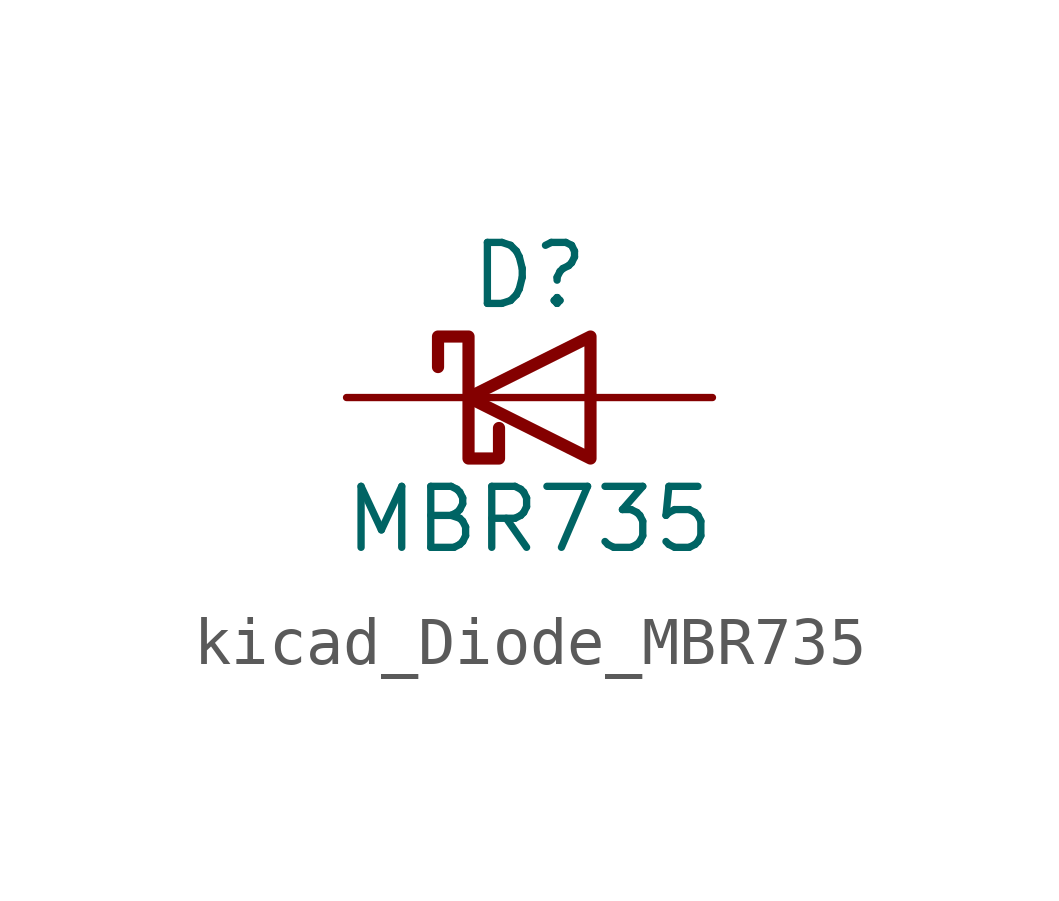
<source format=kicad_sym>
(kicad_symbol_lib
  (version 20220914)
  (generator kicad_symbol_editor)
  (symbol "kicad_Diode_MBR735"
    (pin_numbers hide)
    (pin_names
      (offset 1.016) hide)
    (property "Reference" "D"
      (at 0 2.54 0)
      (effects (font (size 1.27 1.27))))
    (property "Value" "MBR735"
      (at 0 -2.54 0)
      (effects (font (size 1.27 1.27))))
    (symbol "kicad_Diode_MBR735_0_1"
      (polyline (pts (xy 1.27 0) (xy -1.27 0)) (stroke (width 0) (type default)) (fill (type none)))
      (polyline (pts (xy 1.27 1.27) (xy 1.27 -1.27) (xy -1.27 0) (xy 1.27 1.27)) (stroke (width 0.254) (type default)) (fill (type none)))
      (polyline (pts (xy -1.905 0.635) (xy -1.905 1.27) (xy -1.27 1.27) (xy -1.27 -1.27) (xy -0.635 -1.27) (xy -0.635 -0.635)) (stroke (width 0.254) (type default)) (fill (type none))))
    (symbol "kicad_Diode_MBR735_1_1"
      (pin passive line (at -3.81 0 0) (length 2.54) (name "K" (effects (font (size 1.27 1.27)))) (number "1" (effects (font (size 1.27 1.27)))))
      (pin passive line (at 3.81 0 180) (length 2.54) (name "A" (effects (font (size 1.27 1.27)))) (number "2" (effects (font (size 1.27 1.27))))))))
</source>
